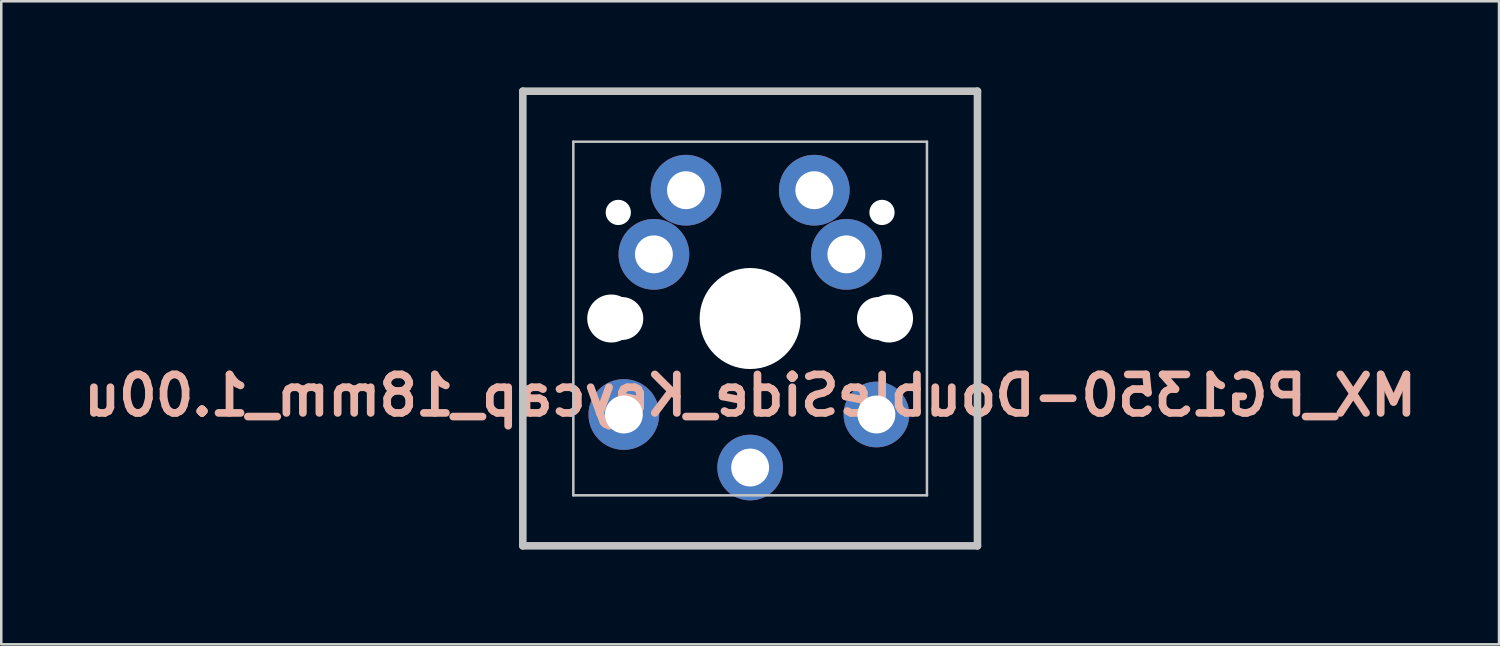
<source format=kicad_pcb>
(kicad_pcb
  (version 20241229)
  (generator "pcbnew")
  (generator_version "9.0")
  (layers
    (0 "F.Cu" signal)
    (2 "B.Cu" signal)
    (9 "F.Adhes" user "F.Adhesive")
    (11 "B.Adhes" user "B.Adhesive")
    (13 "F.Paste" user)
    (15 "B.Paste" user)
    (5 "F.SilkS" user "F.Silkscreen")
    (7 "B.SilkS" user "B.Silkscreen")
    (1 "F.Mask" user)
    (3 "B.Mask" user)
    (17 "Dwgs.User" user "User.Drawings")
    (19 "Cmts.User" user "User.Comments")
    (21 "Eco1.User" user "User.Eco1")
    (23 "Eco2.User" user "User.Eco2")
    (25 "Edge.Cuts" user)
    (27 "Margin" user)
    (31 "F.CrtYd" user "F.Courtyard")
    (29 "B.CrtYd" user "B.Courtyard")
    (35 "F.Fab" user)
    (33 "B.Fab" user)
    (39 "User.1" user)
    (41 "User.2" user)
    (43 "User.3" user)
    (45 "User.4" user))
  (footprint "MX_PG1350-DoubleSide_Keycap_18mm_1.00u"
    (layer "F.Cu")
    (at 26.648 9.56)
    (property "Reference" "MX_PG1350-DoubleSide_Keycap_18mm_1.00u" (at 0 3.048 0) (layer "B.SilkS") (effects (font (size 1.524 1.524) (thickness 0.305)) (justify mirror)))
    (attr through_hole)
    (fp_line (start -9 -9) (end 9 -9) (stroke (width 0.3) (type solid)) (layer "Dwgs.User"))
    (fp_line (start -9 9) (end -9 -9) (stroke (width 0.3) (type solid)) (layer "Dwgs.User"))
    (fp_line (start -7 -7) (end 7 -7) (stroke (width 0.1) (type solid)) (layer "Dwgs.User"))
    (fp_line (start -7 7) (end -7 -7) (stroke (width 0.1) (type solid)) (layer "Dwgs.User"))
    (fp_line (start 7 -7) (end 7 7) (stroke (width 0.1) (type solid)) (layer "Dwgs.User"))
    (fp_line (start 7 7) (end -7 7) (stroke (width 0.1) (type solid)) (layer "Dwgs.User"))
    (fp_line (start 9 -9) (end 9 9) (stroke (width 0.3) (type solid)) (layer "Dwgs.User"))
    (fp_line (start 9 9) (end -9 9) (stroke (width 0.3) (type solid)) (layer "Dwgs.User"))
    (fp_rect (start -9.5 -9.5) (end 9.55 9.55) (stroke (width 0.12) (type solid)) (fill no) (layer "User.9"))
    (fp_text user "KeycapSafeMatch" (at -9.7 8.55 90) (unlocked yes) (layer "User.9") (effects (font (size 0.2 0.2) (thickness 0.05))))
    (pad "" np_thru_hole circle (at -5.5 0) (size 1.9 1.9) (drill 1.9) (layers "*.Cu" "*.Mask"))
    (pad "" np_thru_hole circle (at -5.22 -4.2) (size 1 1) (drill 1) (layers "*.Cu" "*.Mask"))
    (pad "" np_thru_hole circle (at -5.08 0) (size 1.7 1.7) (drill 1.7) (layers "*.Cu" "*.Mask"))
    (pad "" np_thru_hole circle (at 0 0) (size 4 4) (drill 4) (layers "*.Cu" "*.Mask"))
    (pad "" np_thru_hole circle (at 5.08 0) (size 1.7 1.7) (drill 1.7) (layers "*.Cu" "*.Mask"))
    (pad "" np_thru_hole circle (at 5.22 -4.2) (size 1 1) (drill 1) (layers "*.Cu" "*.Mask"))
    (pad "" np_thru_hole circle (at 5.5 0) (size 1.9 1.9) (drill 1.9) (layers "*.Cu" "*.Mask"))
    (pad "1" thru_hole circle (at -3.81 -2.54) (size 2.8 2.8) (drill 1.5) (layers "*.Cu" "*.Mask"))
    (pad "1" thru_hole circle (at -2.54 -5.08) (size 2.8 2.8) (drill 1.5) (layers "*.Cu" "*.Mask"))
    (pad "1" thru_hole circle (at 0 5.9) (size 2.6 2.6) (drill 1.5) (layers "*.Cu" "*.Mask"))
    (pad "2" thru_hole circle (at -5 3.8) (size 2.8 2.8) (drill 1.5) (layers "*.Cu" "*.Mask"))
    (pad "2" thru_hole circle (at 2.54 -5.08) (size 2.8 2.8) (drill 1.5) (layers "*.Cu" "*.Mask"))
    (pad "2" thru_hole circle (at 3.81 -2.54) (size 2.8 2.8) (drill 1.5) (layers "*.Cu" "*.Mask"))
    (pad "2" thru_hole circle (at 5 3.8) (size 2.6 2.6) (drill 1.5) (layers "*.Cu" "*.Mask")))
  (gr_rect
    (start -3 -3)
    (end 56.296 22.46)
    (stroke (width 0.1) (type default))
    (fill no)
    (layer "Edge.Cuts")))
</source>
